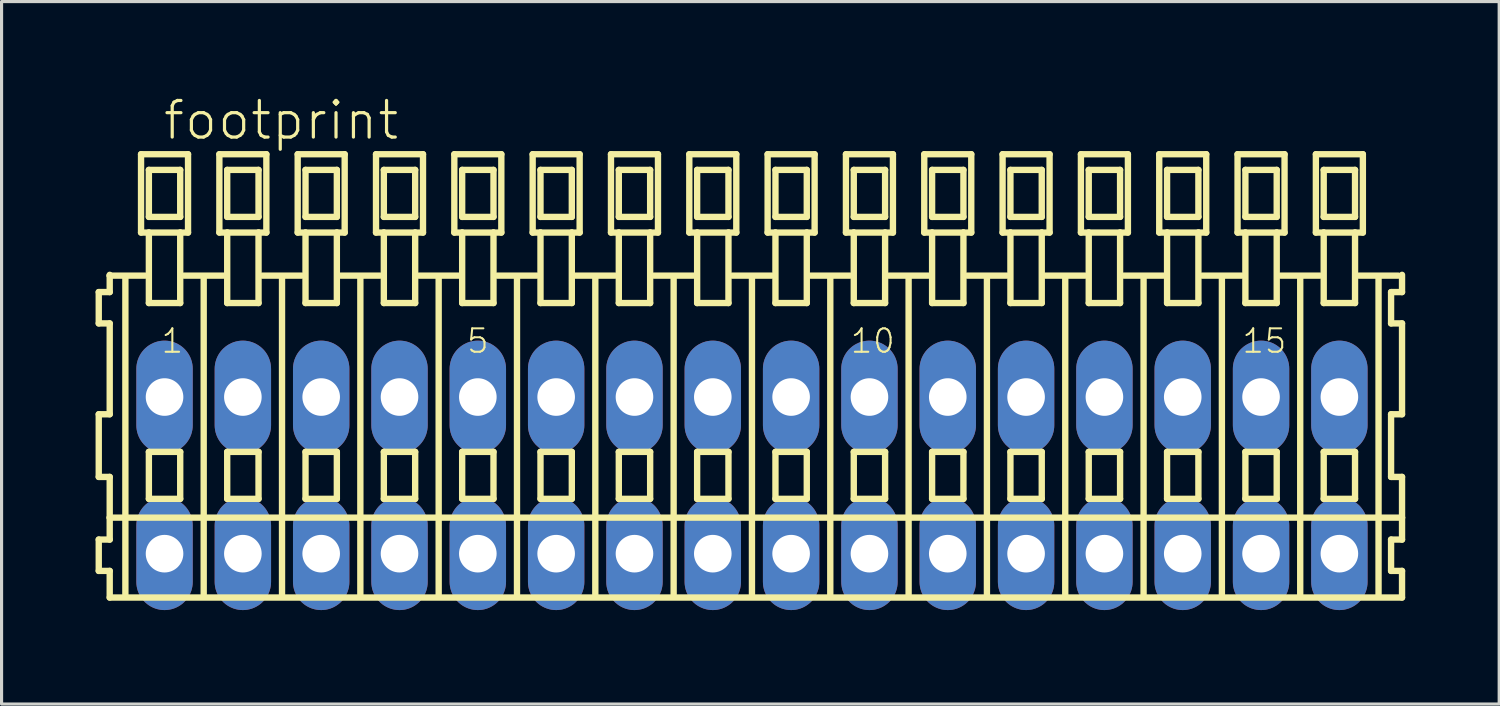
<source format=kicad_pcb>
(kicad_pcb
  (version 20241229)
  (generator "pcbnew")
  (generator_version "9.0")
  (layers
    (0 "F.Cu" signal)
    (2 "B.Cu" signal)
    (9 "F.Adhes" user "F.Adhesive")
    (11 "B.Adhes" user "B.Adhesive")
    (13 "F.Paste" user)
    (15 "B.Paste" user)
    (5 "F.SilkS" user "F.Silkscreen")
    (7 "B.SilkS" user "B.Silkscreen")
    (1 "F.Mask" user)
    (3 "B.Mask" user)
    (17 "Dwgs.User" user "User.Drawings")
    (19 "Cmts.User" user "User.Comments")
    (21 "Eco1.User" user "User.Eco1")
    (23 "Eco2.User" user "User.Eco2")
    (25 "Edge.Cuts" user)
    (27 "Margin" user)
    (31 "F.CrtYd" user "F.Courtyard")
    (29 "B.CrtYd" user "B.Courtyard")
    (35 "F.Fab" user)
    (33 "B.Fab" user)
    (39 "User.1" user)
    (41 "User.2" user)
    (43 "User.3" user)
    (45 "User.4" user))
  (footprint "footprint"
    (layer "F.Cu")
    (at 20.952 12.123)
    (property "Reference" "footprint" (at -18.85 -10.65 0) (layer "F.SilkS") (effects (font (size 1.168 1.168) (thickness 0.102)) (justify left bottom)))
    (fp_line (start -20.85 -5.85) (end -20.85 -4.85) (stroke (width 0.203) (type solid)) (layer "F.SilkS"))
    (fp_line (start -20.85 -4.85) (end -20.5 -4.85) (stroke (width 0.203) (type solid)) (layer "F.SilkS"))
    (fp_line (start -20.85 -1.95) (end -20.85 0.05) (stroke (width 0.203) (type solid)) (layer "F.SilkS"))
    (fp_line (start -20.85 0.05) (end -20.5 0.05) (stroke (width 0.203) (type solid)) (layer "F.SilkS"))
    (fp_line (start -20.85 2.05) (end -20.85 3.05) (stroke (width 0.203) (type solid)) (layer "F.SilkS"))
    (fp_line (start -20.85 3.05) (end -20.5 3.05) (stroke (width 0.203) (type solid)) (layer "F.SilkS"))
    (fp_line (start -20.5 -6.4) (end -20.5 -6.375) (stroke (width 0.203) (type solid)) (layer "F.SilkS"))
    (fp_line (start -20.5 -6.375) (end -20.5 -5.85) (stroke (width 0.203) (type solid)) (layer "F.SilkS"))
    (fp_line (start -20.5 -6.375) (end -19.375 -6.375) (stroke (width 0.203) (type solid)) (layer "F.SilkS"))
    (fp_line (start -20.5 -5.85) (end -20.85 -5.85) (stroke (width 0.203) (type solid)) (layer "F.SilkS"))
    (fp_line (start -20.5 -4.85) (end -20.5 -1.95) (stroke (width 0.203) (type solid)) (layer "F.SilkS"))
    (fp_line (start -20.5 -1.95) (end -20.85 -1.95) (stroke (width 0.203) (type solid)) (layer "F.SilkS"))
    (fp_line (start -20.5 0.05) (end -20.5 1.35) (stroke (width 0.203) (type solid)) (layer "F.SilkS"))
    (fp_line (start -20.5 1.35) (end -20.5 2.05) (stroke (width 0.203) (type solid)) (layer "F.SilkS"))
    (fp_line (start -20.5 1.35) (end 20.75 1.35) (stroke (width 0.203) (type solid)) (layer "F.SilkS"))
    (fp_line (start -20.5 2.05) (end -20.85 2.05) (stroke (width 0.203) (type solid)) (layer "F.SilkS"))
    (fp_line (start -20.5 3.05) (end -20.5 3.9) (stroke (width 0.203) (type solid)) (layer "F.SilkS"))
    (fp_line (start -20.5 3.9) (end 20.75 3.9) (stroke (width 0.203) (type solid)) (layer "F.SilkS"))
    (fp_line (start -20 -6.35) (end -20 3.8) (stroke (width 0.203) (type solid)) (layer "F.SilkS"))
    (fp_line (start -19.5 -10.25) (end -19.5 -7.75) (stroke (width 0.203) (type solid)) (layer "F.SilkS"))
    (fp_line (start -19.5 -7.75) (end -19.25 -7.75) (stroke (width 0.203) (type solid)) (layer "F.SilkS"))
    (fp_line (start -19.25 -9.75) (end -19.25 -8.25) (stroke (width 0.203) (type solid)) (layer "F.SilkS"))
    (fp_line (start -19.25 -8.25) (end -18.25 -8.25) (stroke (width 0.203) (type solid)) (layer "F.SilkS"))
    (fp_line (start -19.25 -7.75) (end -19.25 -5.5) (stroke (width 0.203) (type solid)) (layer "F.SilkS"))
    (fp_line (start -19.25 -7.75) (end -18.25 -7.75) (stroke (width 0.203) (type solid)) (layer "F.SilkS"))
    (fp_line (start -19.25 -5.5) (end -18.25 -5.5) (stroke (width 0.203) (type solid)) (layer "F.SilkS"))
    (fp_line (start -19.25 -0.75) (end -19.25 0.75) (stroke (width 0.203) (type solid)) (layer "F.SilkS"))
    (fp_line (start -19.25 0.75) (end -18.25 0.75) (stroke (width 0.203) (type solid)) (layer "F.SilkS"))
    (fp_line (start -18.25 -9.75) (end -19.25 -9.75) (stroke (width 0.203) (type solid)) (layer "F.SilkS"))
    (fp_line (start -18.25 -8.25) (end -18.25 -9.75) (stroke (width 0.203) (type solid)) (layer "F.SilkS"))
    (fp_line (start -18.25 -7.75) (end -18 -7.75) (stroke (width 0.203) (type solid)) (layer "F.SilkS"))
    (fp_line (start -18.25 -5.5) (end -18.25 -7.75) (stroke (width 0.203) (type solid)) (layer "F.SilkS"))
    (fp_line (start -18.25 -0.75) (end -19.25 -0.75) (stroke (width 0.203) (type solid)) (layer "F.SilkS"))
    (fp_line (start -18.25 0.75) (end -18.25 -0.75) (stroke (width 0.203) (type solid)) (layer "F.SilkS"))
    (fp_line (start -18.125 -6.375) (end -16.875 -6.375) (stroke (width 0.203) (type solid)) (layer "F.SilkS"))
    (fp_line (start -18 -10.25) (end -19.5 -10.25) (stroke (width 0.203) (type solid)) (layer "F.SilkS"))
    (fp_line (start -18 -7.75) (end -18 -10.25) (stroke (width 0.203) (type solid)) (layer "F.SilkS"))
    (fp_line (start -17.5 -6.35) (end -17.5 3.8) (stroke (width 0.203) (type solid)) (layer "F.SilkS"))
    (fp_line (start -17 -10.25) (end -17 -7.75) (stroke (width 0.203) (type solid)) (layer "F.SilkS"))
    (fp_line (start -17 -7.75) (end -16.75 -7.75) (stroke (width 0.203) (type solid)) (layer "F.SilkS"))
    (fp_line (start -16.75 -9.75) (end -16.75 -8.25) (stroke (width 0.203) (type solid)) (layer "F.SilkS"))
    (fp_line (start -16.75 -8.25) (end -15.75 -8.25) (stroke (width 0.203) (type solid)) (layer "F.SilkS"))
    (fp_line (start -16.75 -7.75) (end -16.75 -5.5) (stroke (width 0.203) (type solid)) (layer "F.SilkS"))
    (fp_line (start -16.75 -7.75) (end -15.75 -7.75) (stroke (width 0.203) (type solid)) (layer "F.SilkS"))
    (fp_line (start -16.75 -5.5) (end -15.75 -5.5) (stroke (width 0.203) (type solid)) (layer "F.SilkS"))
    (fp_line (start -16.75 -0.75) (end -16.75 0.75) (stroke (width 0.203) (type solid)) (layer "F.SilkS"))
    (fp_line (start -16.75 0.75) (end -15.75 0.75) (stroke (width 0.203) (type solid)) (layer "F.SilkS"))
    (fp_line (start -15.75 -9.75) (end -16.75 -9.75) (stroke (width 0.203) (type solid)) (layer "F.SilkS"))
    (fp_line (start -15.75 -8.25) (end -15.75 -9.75) (stroke (width 0.203) (type solid)) (layer "F.SilkS"))
    (fp_line (start -15.75 -7.75) (end -15.5 -7.75) (stroke (width 0.203) (type solid)) (layer "F.SilkS"))
    (fp_line (start -15.75 -5.5) (end -15.75 -7.75) (stroke (width 0.203) (type solid)) (layer "F.SilkS"))
    (fp_line (start -15.75 -0.75) (end -16.75 -0.75) (stroke (width 0.203) (type solid)) (layer "F.SilkS"))
    (fp_line (start -15.75 0.75) (end -15.75 -0.75) (stroke (width 0.203) (type solid)) (layer "F.SilkS"))
    (fp_line (start -15.625 -6.375) (end -14.375 -6.375) (stroke (width 0.203) (type solid)) (layer "F.SilkS"))
    (fp_line (start -15.5 -10.25) (end -17 -10.25) (stroke (width 0.203) (type solid)) (layer "F.SilkS"))
    (fp_line (start -15.5 -7.75) (end -15.5 -10.25) (stroke (width 0.203) (type solid)) (layer "F.SilkS"))
    (fp_line (start -15 -6.35) (end -15 3.8) (stroke (width 0.203) (type solid)) (layer "F.SilkS"))
    (fp_line (start -14.5 -10.25) (end -14.5 -7.75) (stroke (width 0.203) (type solid)) (layer "F.SilkS"))
    (fp_line (start -14.5 -7.75) (end -14.25 -7.75) (stroke (width 0.203) (type solid)) (layer "F.SilkS"))
    (fp_line (start -14.25 -9.75) (end -14.25 -8.25) (stroke (width 0.203) (type solid)) (layer "F.SilkS"))
    (fp_line (start -14.25 -8.25) (end -13.25 -8.25) (stroke (width 0.203) (type solid)) (layer "F.SilkS"))
    (fp_line (start -14.25 -7.75) (end -14.25 -5.5) (stroke (width 0.203) (type solid)) (layer "F.SilkS"))
    (fp_line (start -14.25 -7.75) (end -13.25 -7.75) (stroke (width 0.203) (type solid)) (layer "F.SilkS"))
    (fp_line (start -14.25 -5.5) (end -13.25 -5.5) (stroke (width 0.203) (type solid)) (layer "F.SilkS"))
    (fp_line (start -14.25 -0.75) (end -14.25 0.75) (stroke (width 0.203) (type solid)) (layer "F.SilkS"))
    (fp_line (start -14.25 0.75) (end -13.25 0.75) (stroke (width 0.203) (type solid)) (layer "F.SilkS"))
    (fp_line (start -13.25 -9.75) (end -14.25 -9.75) (stroke (width 0.203) (type solid)) (layer "F.SilkS"))
    (fp_line (start -13.25 -8.25) (end -13.25 -9.75) (stroke (width 0.203) (type solid)) (layer "F.SilkS"))
    (fp_line (start -13.25 -7.75) (end -13 -7.75) (stroke (width 0.203) (type solid)) (layer "F.SilkS"))
    (fp_line (start -13.25 -5.5) (end -13.25 -7.75) (stroke (width 0.203) (type solid)) (layer "F.SilkS"))
    (fp_line (start -13.25 -0.75) (end -14.25 -0.75) (stroke (width 0.203) (type solid)) (layer "F.SilkS"))
    (fp_line (start -13.25 0.75) (end -13.25 -0.75) (stroke (width 0.203) (type solid)) (layer "F.SilkS"))
    (fp_line (start -13.125 -6.375) (end -11.875 -6.375) (stroke (width 0.203) (type solid)) (layer "F.SilkS"))
    (fp_line (start -13 -10.25) (end -14.5 -10.25) (stroke (width 0.203) (type solid)) (layer "F.SilkS"))
    (fp_line (start -13 -7.75) (end -13 -10.25) (stroke (width 0.203) (type solid)) (layer "F.SilkS"))
    (fp_line (start -12.5 -6.35) (end -12.5 3.8) (stroke (width 0.203) (type solid)) (layer "F.SilkS"))
    (fp_line (start -12 -10.25) (end -12 -7.75) (stroke (width 0.203) (type solid)) (layer "F.SilkS"))
    (fp_line (start -12 -7.75) (end -11.75 -7.75) (stroke (width 0.203) (type solid)) (layer "F.SilkS"))
    (fp_line (start -11.75 -9.75) (end -11.75 -8.25) (stroke (width 0.203) (type solid)) (layer "F.SilkS"))
    (fp_line (start -11.75 -8.25) (end -10.75 -8.25) (stroke (width 0.203) (type solid)) (layer "F.SilkS"))
    (fp_line (start -11.75 -7.75) (end -11.75 -5.5) (stroke (width 0.203) (type solid)) (layer "F.SilkS"))
    (fp_line (start -11.75 -7.75) (end -10.75 -7.75) (stroke (width 0.203) (type solid)) (layer "F.SilkS"))
    (fp_line (start -11.75 -5.5) (end -10.75 -5.5) (stroke (width 0.203) (type solid)) (layer "F.SilkS"))
    (fp_line (start -11.75 -0.75) (end -11.75 0.75) (stroke (width 0.203) (type solid)) (layer "F.SilkS"))
    (fp_line (start -11.75 0.75) (end -10.75 0.75) (stroke (width 0.203) (type solid)) (layer "F.SilkS"))
    (fp_line (start -10.75 -9.75) (end -11.75 -9.75) (stroke (width 0.203) (type solid)) (layer "F.SilkS"))
    (fp_line (start -10.75 -8.25) (end -10.75 -9.75) (stroke (width 0.203) (type solid)) (layer "F.SilkS"))
    (fp_line (start -10.75 -7.75) (end -10.5 -7.75) (stroke (width 0.203) (type solid)) (layer "F.SilkS"))
    (fp_line (start -10.75 -5.5) (end -10.75 -7.75) (stroke (width 0.203) (type solid)) (layer "F.SilkS"))
    (fp_line (start -10.75 -0.75) (end -11.75 -0.75) (stroke (width 0.203) (type solid)) (layer "F.SilkS"))
    (fp_line (start -10.75 0.75) (end -10.75 -0.75) (stroke (width 0.203) (type solid)) (layer "F.SilkS"))
    (fp_line (start -10.625 -6.375) (end -9.375 -6.375) (stroke (width 0.203) (type solid)) (layer "F.SilkS"))
    (fp_line (start -10.5 -10.25) (end -12 -10.25) (stroke (width 0.203) (type solid)) (layer "F.SilkS"))
    (fp_line (start -10.5 -7.75) (end -10.5 -10.25) (stroke (width 0.203) (type solid)) (layer "F.SilkS"))
    (fp_line (start -10 -6.35) (end -10 3.8) (stroke (width 0.203) (type solid)) (layer "F.SilkS"))
    (fp_line (start -9.5 -10.25) (end -9.5 -7.75) (stroke (width 0.203) (type solid)) (layer "F.SilkS"))
    (fp_line (start -9.5 -7.75) (end -9.25 -7.75) (stroke (width 0.203) (type solid)) (layer "F.SilkS"))
    (fp_line (start -9.25 -9.75) (end -9.25 -8.25) (stroke (width 0.203) (type solid)) (layer "F.SilkS"))
    (fp_line (start -9.25 -8.25) (end -8.25 -8.25) (stroke (width 0.203) (type solid)) (layer "F.SilkS"))
    (fp_line (start -9.25 -7.75) (end -9.25 -5.5) (stroke (width 0.203) (type solid)) (layer "F.SilkS"))
    (fp_line (start -9.25 -7.75) (end -8.25 -7.75) (stroke (width 0.203) (type solid)) (layer "F.SilkS"))
    (fp_line (start -9.25 -5.5) (end -8.25 -5.5) (stroke (width 0.203) (type solid)) (layer "F.SilkS"))
    (fp_line (start -9.25 -0.75) (end -9.25 0.75) (stroke (width 0.203) (type solid)) (layer "F.SilkS"))
    (fp_line (start -9.25 0.75) (end -8.25 0.75) (stroke (width 0.203) (type solid)) (layer "F.SilkS"))
    (fp_line (start -8.25 -9.75) (end -9.25 -9.75) (stroke (width 0.203) (type solid)) (layer "F.SilkS"))
    (fp_line (start -8.25 -8.25) (end -8.25 -9.75) (stroke (width 0.203) (type solid)) (layer "F.SilkS"))
    (fp_line (start -8.25 -7.75) (end -8 -7.75) (stroke (width 0.203) (type solid)) (layer "F.SilkS"))
    (fp_line (start -8.25 -5.5) (end -8.25 -7.75) (stroke (width 0.203) (type solid)) (layer "F.SilkS"))
    (fp_line (start -8.25 -0.75) (end -9.25 -0.75) (stroke (width 0.203) (type solid)) (layer "F.SilkS"))
    (fp_line (start -8.25 0.75) (end -8.25 -0.75) (stroke (width 0.203) (type solid)) (layer "F.SilkS"))
    (fp_line (start -8.125 -6.375) (end -6.875 -6.375) (stroke (width 0.203) (type solid)) (layer "F.SilkS"))
    (fp_line (start -8 -10.25) (end -9.5 -10.25) (stroke (width 0.203) (type solid)) (layer "F.SilkS"))
    (fp_line (start -8 -7.75) (end -8 -10.25) (stroke (width 0.203) (type solid)) (layer "F.SilkS"))
    (fp_line (start -7.5 -6.35) (end -7.5 3.8) (stroke (width 0.203) (type solid)) (layer "F.SilkS"))
    (fp_line (start -7 -10.25) (end -7 -7.75) (stroke (width 0.203) (type solid)) (layer "F.SilkS"))
    (fp_line (start -7 -7.75) (end -6.75 -7.75) (stroke (width 0.203) (type solid)) (layer "F.SilkS"))
    (fp_line (start -6.75 -9.75) (end -6.75 -8.25) (stroke (width 0.203) (type solid)) (layer "F.SilkS"))
    (fp_line (start -6.75 -8.25) (end -5.75 -8.25) (stroke (width 0.203) (type solid)) (layer "F.SilkS"))
    (fp_line (start -6.75 -7.75) (end -6.75 -5.5) (stroke (width 0.203) (type solid)) (layer "F.SilkS"))
    (fp_line (start -6.75 -7.75) (end -5.75 -7.75) (stroke (width 0.203) (type solid)) (layer "F.SilkS"))
    (fp_line (start -6.75 -5.5) (end -5.75 -5.5) (stroke (width 0.203) (type solid)) (layer "F.SilkS"))
    (fp_line (start -6.75 -0.75) (end -6.75 0.75) (stroke (width 0.203) (type solid)) (layer "F.SilkS"))
    (fp_line (start -6.75 0.75) (end -5.75 0.75) (stroke (width 0.203) (type solid)) (layer "F.SilkS"))
    (fp_line (start -5.75 -9.75) (end -6.75 -9.75) (stroke (width 0.203) (type solid)) (layer "F.SilkS"))
    (fp_line (start -5.75 -8.25) (end -5.75 -9.75) (stroke (width 0.203) (type solid)) (layer "F.SilkS"))
    (fp_line (start -5.75 -7.75) (end -5.5 -7.75) (stroke (width 0.203) (type solid)) (layer "F.SilkS"))
    (fp_line (start -5.75 -5.5) (end -5.75 -7.75) (stroke (width 0.203) (type solid)) (layer "F.SilkS"))
    (fp_line (start -5.75 -0.75) (end -6.75 -0.75) (stroke (width 0.203) (type solid)) (layer "F.SilkS"))
    (fp_line (start -5.75 0.75) (end -5.75 -0.75) (stroke (width 0.203) (type solid)) (layer "F.SilkS"))
    (fp_line (start -5.625 -6.375) (end -4.375 -6.375) (stroke (width 0.203) (type solid)) (layer "F.SilkS"))
    (fp_line (start -5.5 -10.25) (end -7 -10.25) (stroke (width 0.203) (type solid)) (layer "F.SilkS"))
    (fp_line (start -5.5 -7.75) (end -5.5 -10.25) (stroke (width 0.203) (type solid)) (layer "F.SilkS"))
    (fp_line (start -5 -6.35) (end -5 3.8) (stroke (width 0.203) (type solid)) (layer "F.SilkS"))
    (fp_line (start -4.5 -10.25) (end -4.5 -7.75) (stroke (width 0.203) (type solid)) (layer "F.SilkS"))
    (fp_line (start -4.5 -7.75) (end -4.25 -7.75) (stroke (width 0.203) (type solid)) (layer "F.SilkS"))
    (fp_line (start -4.25 -9.75) (end -4.25 -8.25) (stroke (width 0.203) (type solid)) (layer "F.SilkS"))
    (fp_line (start -4.25 -8.25) (end -3.25 -8.25) (stroke (width 0.203) (type solid)) (layer "F.SilkS"))
    (fp_line (start -4.25 -7.75) (end -4.25 -5.5) (stroke (width 0.203) (type solid)) (layer "F.SilkS"))
    (fp_line (start -4.25 -7.75) (end -3.25 -7.75) (stroke (width 0.203) (type solid)) (layer "F.SilkS"))
    (fp_line (start -4.25 -5.5) (end -3.25 -5.5) (stroke (width 0.203) (type solid)) (layer "F.SilkS"))
    (fp_line (start -4.25 -0.75) (end -4.25 0.75) (stroke (width 0.203) (type solid)) (layer "F.SilkS"))
    (fp_line (start -4.25 0.75) (end -3.25 0.75) (stroke (width 0.203) (type solid)) (layer "F.SilkS"))
    (fp_line (start -3.25 -9.75) (end -4.25 -9.75) (stroke (width 0.203) (type solid)) (layer "F.SilkS"))
    (fp_line (start -3.25 -8.25) (end -3.25 -9.75) (stroke (width 0.203) (type solid)) (layer "F.SilkS"))
    (fp_line (start -3.25 -7.75) (end -3 -7.75) (stroke (width 0.203) (type solid)) (layer "F.SilkS"))
    (fp_line (start -3.25 -5.5) (end -3.25 -7.75) (stroke (width 0.203) (type solid)) (layer "F.SilkS"))
    (fp_line (start -3.25 -0.75) (end -4.25 -0.75) (stroke (width 0.203) (type solid)) (layer "F.SilkS"))
    (fp_line (start -3.25 0.75) (end -3.25 -0.75) (stroke (width 0.203) (type solid)) (layer "F.SilkS"))
    (fp_line (start -3.125 -6.375) (end -1.875 -6.375) (stroke (width 0.203) (type solid)) (layer "F.SilkS"))
    (fp_line (start -3 -10.25) (end -4.5 -10.25) (stroke (width 0.203) (type solid)) (layer "F.SilkS"))
    (fp_line (start -3 -7.75) (end -3 -10.25) (stroke (width 0.203) (type solid)) (layer "F.SilkS"))
    (fp_line (start -2.5 -6.35) (end -2.5 3.8) (stroke (width 0.203) (type solid)) (layer "F.SilkS"))
    (fp_line (start -2 -10.25) (end -2 -7.75) (stroke (width 0.203) (type solid)) (layer "F.SilkS"))
    (fp_line (start -2 -7.75) (end -1.75 -7.75) (stroke (width 0.203) (type solid)) (layer "F.SilkS"))
    (fp_line (start -1.75 -9.75) (end -1.75 -8.25) (stroke (width 0.203) (type solid)) (layer "F.SilkS"))
    (fp_line (start -1.75 -8.25) (end -0.75 -8.25) (stroke (width 0.203) (type solid)) (layer "F.SilkS"))
    (fp_line (start -1.75 -7.75) (end -1.75 -5.5) (stroke (width 0.203) (type solid)) (layer "F.SilkS"))
    (fp_line (start -1.75 -7.75) (end -0.75 -7.75) (stroke (width 0.203) (type solid)) (layer "F.SilkS"))
    (fp_line (start -1.75 -5.5) (end -0.75 -5.5) (stroke (width 0.203) (type solid)) (layer "F.SilkS"))
    (fp_line (start -1.75 -0.75) (end -1.75 0.75) (stroke (width 0.203) (type solid)) (layer "F.SilkS"))
    (fp_line (start -1.75 0.75) (end -0.75 0.75) (stroke (width 0.203) (type solid)) (layer "F.SilkS"))
    (fp_line (start -0.75 -9.75) (end -1.75 -9.75) (stroke (width 0.203) (type solid)) (layer "F.SilkS"))
    (fp_line (start -0.75 -8.25) (end -0.75 -9.75) (stroke (width 0.203) (type solid)) (layer "F.SilkS"))
    (fp_line (start -0.75 -7.75) (end -0.5 -7.75) (stroke (width 0.203) (type solid)) (layer "F.SilkS"))
    (fp_line (start -0.75 -5.5) (end -0.75 -7.75) (stroke (width 0.203) (type solid)) (layer "F.SilkS"))
    (fp_line (start -0.75 -0.75) (end -1.75 -0.75) (stroke (width 0.203) (type solid)) (layer "F.SilkS"))
    (fp_line (start -0.75 0.75) (end -0.75 -0.75) (stroke (width 0.203) (type solid)) (layer "F.SilkS"))
    (fp_line (start -0.625 -6.375) (end 0.625 -6.375) (stroke (width 0.203) (type solid)) (layer "F.SilkS"))
    (fp_line (start -0.5 -10.25) (end -2 -10.25) (stroke (width 0.203) (type solid)) (layer "F.SilkS"))
    (fp_line (start -0.5 -7.75) (end -0.5 -10.25) (stroke (width 0.203) (type solid)) (layer "F.SilkS"))
    (fp_line (start 0 -6.35) (end 0 3.8) (stroke (width 0.203) (type solid)) (layer "F.SilkS"))
    (fp_line (start 0.5 -10.25) (end 0.5 -7.75) (stroke (width 0.203) (type solid)) (layer "F.SilkS"))
    (fp_line (start 0.5 -7.75) (end 0.75 -7.75) (stroke (width 0.203) (type solid)) (layer "F.SilkS"))
    (fp_line (start 0.75 -9.75) (end 0.75 -8.25) (stroke (width 0.203) (type solid)) (layer "F.SilkS"))
    (fp_line (start 0.75 -8.25) (end 1.75 -8.25) (stroke (width 0.203) (type solid)) (layer "F.SilkS"))
    (fp_line (start 0.75 -7.75) (end 0.75 -5.5) (stroke (width 0.203) (type solid)) (layer "F.SilkS"))
    (fp_line (start 0.75 -7.75) (end 1.75 -7.75) (stroke (width 0.203) (type solid)) (layer "F.SilkS"))
    (fp_line (start 0.75 -5.5) (end 1.75 -5.5) (stroke (width 0.203) (type solid)) (layer "F.SilkS"))
    (fp_line (start 0.75 -0.75) (end 0.75 0.75) (stroke (width 0.203) (type solid)) (layer "F.SilkS"))
    (fp_line (start 0.75 0.75) (end 1.75 0.75) (stroke (width 0.203) (type solid)) (layer "F.SilkS"))
    (fp_line (start 1.75 -9.75) (end 0.75 -9.75) (stroke (width 0.203) (type solid)) (layer "F.SilkS"))
    (fp_line (start 1.75 -8.25) (end 1.75 -9.75) (stroke (width 0.203) (type solid)) (layer "F.SilkS"))
    (fp_line (start 1.75 -7.75) (end 2 -7.75) (stroke (width 0.203) (type solid)) (layer "F.SilkS"))
    (fp_line (start 1.75 -5.5) (end 1.75 -7.75) (stroke (width 0.203) (type solid)) (layer "F.SilkS"))
    (fp_line (start 1.75 -0.75) (end 0.75 -0.75) (stroke (width 0.203) (type solid)) (layer "F.SilkS"))
    (fp_line (start 1.75 0.75) (end 1.75 -0.75) (stroke (width 0.203) (type solid)) (layer "F.SilkS"))
    (fp_line (start 1.875 -6.375) (end 3.125 -6.375) (stroke (width 0.203) (type solid)) (layer "F.SilkS"))
    (fp_line (start 2 -10.25) (end 0.5 -10.25) (stroke (width 0.203) (type solid)) (layer "F.SilkS"))
    (fp_line (start 2 -7.75) (end 2 -10.25) (stroke (width 0.203) (type solid)) (layer "F.SilkS"))
    (fp_line (start 2.5 -6.35) (end 2.5 3.8) (stroke (width 0.203) (type solid)) (layer "F.SilkS"))
    (fp_line (start 3 -10.25) (end 3 -7.75) (stroke (width 0.203) (type solid)) (layer "F.SilkS"))
    (fp_line (start 3 -7.75) (end 3.25 -7.75) (stroke (width 0.203) (type solid)) (layer "F.SilkS"))
    (fp_line (start 3.25 -9.75) (end 3.25 -8.25) (stroke (width 0.203) (type solid)) (layer "F.SilkS"))
    (fp_line (start 3.25 -8.25) (end 4.25 -8.25) (stroke (width 0.203) (type solid)) (layer "F.SilkS"))
    (fp_line (start 3.25 -7.75) (end 3.25 -5.5) (stroke (width 0.203) (type solid)) (layer "F.SilkS"))
    (fp_line (start 3.25 -7.75) (end 4.25 -7.75) (stroke (width 0.203) (type solid)) (layer "F.SilkS"))
    (fp_line (start 3.25 -5.5) (end 4.25 -5.5) (stroke (width 0.203) (type solid)) (layer "F.SilkS"))
    (fp_line (start 3.25 -0.75) (end 3.25 0.75) (stroke (width 0.203) (type solid)) (layer "F.SilkS"))
    (fp_line (start 3.25 0.75) (end 4.25 0.75) (stroke (width 0.203) (type solid)) (layer "F.SilkS"))
    (fp_line (start 4.25 -9.75) (end 3.25 -9.75) (stroke (width 0.203) (type solid)) (layer "F.SilkS"))
    (fp_line (start 4.25 -8.25) (end 4.25 -9.75) (stroke (width 0.203) (type solid)) (layer "F.SilkS"))
    (fp_line (start 4.25 -7.75) (end 4.5 -7.75) (stroke (width 0.203) (type solid)) (layer "F.SilkS"))
    (fp_line (start 4.25 -5.5) (end 4.25 -7.75) (stroke (width 0.203) (type solid)) (layer "F.SilkS"))
    (fp_line (start 4.25 -0.75) (end 3.25 -0.75) (stroke (width 0.203) (type solid)) (layer "F.SilkS"))
    (fp_line (start 4.25 0.75) (end 4.25 -0.75) (stroke (width 0.203) (type solid)) (layer "F.SilkS"))
    (fp_line (start 4.375 -6.375) (end 5.625 -6.375) (stroke (width 0.203) (type solid)) (layer "F.SilkS"))
    (fp_line (start 4.5 -10.25) (end 3 -10.25) (stroke (width 0.203) (type solid)) (layer "F.SilkS"))
    (fp_line (start 4.5 -7.75) (end 4.5 -10.25) (stroke (width 0.203) (type solid)) (layer "F.SilkS"))
    (fp_line (start 5 -6.35) (end 5 3.8) (stroke (width 0.203) (type solid)) (layer "F.SilkS"))
    (fp_line (start 5.5 -10.25) (end 5.5 -7.75) (stroke (width 0.203) (type solid)) (layer "F.SilkS"))
    (fp_line (start 5.5 -7.75) (end 5.75 -7.75) (stroke (width 0.203) (type solid)) (layer "F.SilkS"))
    (fp_line (start 5.75 -9.75) (end 5.75 -8.25) (stroke (width 0.203) (type solid)) (layer "F.SilkS"))
    (fp_line (start 5.75 -8.25) (end 6.75 -8.25) (stroke (width 0.203) (type solid)) (layer "F.SilkS"))
    (fp_line (start 5.75 -7.75) (end 5.75 -5.5) (stroke (width 0.203) (type solid)) (layer "F.SilkS"))
    (fp_line (start 5.75 -7.75) (end 6.75 -7.75) (stroke (width 0.203) (type solid)) (layer "F.SilkS"))
    (fp_line (start 5.75 -5.5) (end 6.75 -5.5) (stroke (width 0.203) (type solid)) (layer "F.SilkS"))
    (fp_line (start 5.75 -0.75) (end 5.75 0.75) (stroke (width 0.203) (type solid)) (layer "F.SilkS"))
    (fp_line (start 5.75 0.75) (end 6.75 0.75) (stroke (width 0.203) (type solid)) (layer "F.SilkS"))
    (fp_line (start 6.75 -9.75) (end 5.75 -9.75) (stroke (width 0.203) (type solid)) (layer "F.SilkS"))
    (fp_line (start 6.75 -8.25) (end 6.75 -9.75) (stroke (width 0.203) (type solid)) (layer "F.SilkS"))
    (fp_line (start 6.75 -7.75) (end 7 -7.75) (stroke (width 0.203) (type solid)) (layer "F.SilkS"))
    (fp_line (start 6.75 -5.5) (end 6.75 -7.75) (stroke (width 0.203) (type solid)) (layer "F.SilkS"))
    (fp_line (start 6.75 -0.75) (end 5.75 -0.75) (stroke (width 0.203) (type solid)) (layer "F.SilkS"))
    (fp_line (start 6.75 0.75) (end 6.75 -0.75) (stroke (width 0.203) (type solid)) (layer "F.SilkS"))
    (fp_line (start 6.875 -6.375) (end 8.125 -6.375) (stroke (width 0.203) (type solid)) (layer "F.SilkS"))
    (fp_line (start 7 -10.25) (end 5.5 -10.25) (stroke (width 0.203) (type solid)) (layer "F.SilkS"))
    (fp_line (start 7 -7.75) (end 7 -10.25) (stroke (width 0.203) (type solid)) (layer "F.SilkS"))
    (fp_line (start 7.5 -6.35) (end 7.5 3.8) (stroke (width 0.203) (type solid)) (layer "F.SilkS"))
    (fp_line (start 8 -10.25) (end 8 -7.75) (stroke (width 0.203) (type solid)) (layer "F.SilkS"))
    (fp_line (start 8 -7.75) (end 8.25 -7.75) (stroke (width 0.203) (type solid)) (layer "F.SilkS"))
    (fp_line (start 8.25 -9.75) (end 8.25 -8.25) (stroke (width 0.203) (type solid)) (layer "F.SilkS"))
    (fp_line (start 8.25 -8.25) (end 9.25 -8.25) (stroke (width 0.203) (type solid)) (layer "F.SilkS"))
    (fp_line (start 8.25 -7.75) (end 8.25 -5.5) (stroke (width 0.203) (type solid)) (layer "F.SilkS"))
    (fp_line (start 8.25 -7.75) (end 9.25 -7.75) (stroke (width 0.203) (type solid)) (layer "F.SilkS"))
    (fp_line (start 8.25 -5.5) (end 9.25 -5.5) (stroke (width 0.203) (type solid)) (layer "F.SilkS"))
    (fp_line (start 8.25 -0.75) (end 8.25 0.75) (stroke (width 0.203) (type solid)) (layer "F.SilkS"))
    (fp_line (start 8.25 0.75) (end 9.25 0.75) (stroke (width 0.203) (type solid)) (layer "F.SilkS"))
    (fp_line (start 9.25 -9.75) (end 8.25 -9.75) (stroke (width 0.203) (type solid)) (layer "F.SilkS"))
    (fp_line (start 9.25 -8.25) (end 9.25 -9.75) (stroke (width 0.203) (type solid)) (layer "F.SilkS"))
    (fp_line (start 9.25 -7.75) (end 9.5 -7.75) (stroke (width 0.203) (type solid)) (layer "F.SilkS"))
    (fp_line (start 9.25 -5.5) (end 9.25 -7.75) (stroke (width 0.203) (type solid)) (layer "F.SilkS"))
    (fp_line (start 9.25 -0.75) (end 8.25 -0.75) (stroke (width 0.203) (type solid)) (layer "F.SilkS"))
    (fp_line (start 9.25 0.75) (end 9.25 -0.75) (stroke (width 0.203) (type solid)) (layer "F.SilkS"))
    (fp_line (start 9.375 -6.375) (end 10.625 -6.375) (stroke (width 0.203) (type solid)) (layer "F.SilkS"))
    (fp_line (start 9.5 -10.25) (end 8 -10.25) (stroke (width 0.203) (type solid)) (layer "F.SilkS"))
    (fp_line (start 9.5 -7.75) (end 9.5 -10.25) (stroke (width 0.203) (type solid)) (layer "F.SilkS"))
    (fp_line (start 10 -6.35) (end 10 3.8) (stroke (width 0.203) (type solid)) (layer "F.SilkS"))
    (fp_line (start 10.5 -10.25) (end 10.5 -7.75) (stroke (width 0.203) (type solid)) (layer "F.SilkS"))
    (fp_line (start 10.5 -7.75) (end 10.75 -7.75) (stroke (width 0.203) (type solid)) (layer "F.SilkS"))
    (fp_line (start 10.75 -9.75) (end 10.75 -8.25) (stroke (width 0.203) (type solid)) (layer "F.SilkS"))
    (fp_line (start 10.75 -8.25) (end 11.75 -8.25) (stroke (width 0.203) (type solid)) (layer "F.SilkS"))
    (fp_line (start 10.75 -7.75) (end 10.75 -5.5) (stroke (width 0.203) (type solid)) (layer "F.SilkS"))
    (fp_line (start 10.75 -7.75) (end 11.75 -7.75) (stroke (width 0.203) (type solid)) (layer "F.SilkS"))
    (fp_line (start 10.75 -5.5) (end 11.75 -5.5) (stroke (width 0.203) (type solid)) (layer "F.SilkS"))
    (fp_line (start 10.75 -0.75) (end 10.75 0.75) (stroke (width 0.203) (type solid)) (layer "F.SilkS"))
    (fp_line (start 10.75 0.75) (end 11.75 0.75) (stroke (width 0.203) (type solid)) (layer "F.SilkS"))
    (fp_line (start 11.75 -9.75) (end 10.75 -9.75) (stroke (width 0.203) (type solid)) (layer "F.SilkS"))
    (fp_line (start 11.75 -8.25) (end 11.75 -9.75) (stroke (width 0.203) (type solid)) (layer "F.SilkS"))
    (fp_line (start 11.75 -7.75) (end 12 -7.75) (stroke (width 0.203) (type solid)) (layer "F.SilkS"))
    (fp_line (start 11.75 -5.5) (end 11.75 -7.75) (stroke (width 0.203) (type solid)) (layer "F.SilkS"))
    (fp_line (start 11.75 -0.75) (end 10.75 -0.75) (stroke (width 0.203) (type solid)) (layer "F.SilkS"))
    (fp_line (start 11.75 0.75) (end 11.75 -0.75) (stroke (width 0.203) (type solid)) (layer "F.SilkS"))
    (fp_line (start 11.875 -6.375) (end 13.125 -6.375) (stroke (width 0.203) (type solid)) (layer "F.SilkS"))
    (fp_line (start 12 -10.25) (end 10.5 -10.25) (stroke (width 0.203) (type solid)) (layer "F.SilkS"))
    (fp_line (start 12 -7.75) (end 12 -10.25) (stroke (width 0.203) (type solid)) (layer "F.SilkS"))
    (fp_line (start 12.5 -6.35) (end 12.5 3.8) (stroke (width 0.203) (type solid)) (layer "F.SilkS"))
    (fp_line (start 13 -10.25) (end 13 -7.75) (stroke (width 0.203) (type solid)) (layer "F.SilkS"))
    (fp_line (start 13 -7.75) (end 13.25 -7.75) (stroke (width 0.203) (type solid)) (layer "F.SilkS"))
    (fp_line (start 13.25 -9.75) (end 13.25 -8.25) (stroke (width 0.203) (type solid)) (layer "F.SilkS"))
    (fp_line (start 13.25 -8.25) (end 14.25 -8.25) (stroke (width 0.203) (type solid)) (layer "F.SilkS"))
    (fp_line (start 13.25 -7.75) (end 13.25 -5.5) (stroke (width 0.203) (type solid)) (layer "F.SilkS"))
    (fp_line (start 13.25 -7.75) (end 14.25 -7.75) (stroke (width 0.203) (type solid)) (layer "F.SilkS"))
    (fp_line (start 13.25 -5.5) (end 14.25 -5.5) (stroke (width 0.203) (type solid)) (layer "F.SilkS"))
    (fp_line (start 13.25 -0.75) (end 13.25 0.75) (stroke (width 0.203) (type solid)) (layer "F.SilkS"))
    (fp_line (start 13.25 0.75) (end 14.25 0.75) (stroke (width 0.203) (type solid)) (layer "F.SilkS"))
    (fp_line (start 14.25 -9.75) (end 13.25 -9.75) (stroke (width 0.203) (type solid)) (layer "F.SilkS"))
    (fp_line (start 14.25 -8.25) (end 14.25 -9.75) (stroke (width 0.203) (type solid)) (layer "F.SilkS"))
    (fp_line (start 14.25 -7.75) (end 14.5 -7.75) (stroke (width 0.203) (type solid)) (layer "F.SilkS"))
    (fp_line (start 14.25 -5.5) (end 14.25 -7.75) (stroke (width 0.203) (type solid)) (layer "F.SilkS"))
    (fp_line (start 14.25 -0.75) (end 13.25 -0.75) (stroke (width 0.203) (type solid)) (layer "F.SilkS"))
    (fp_line (start 14.25 0.75) (end 14.25 -0.75) (stroke (width 0.203) (type solid)) (layer "F.SilkS"))
    (fp_line (start 14.375 -6.375) (end 15.625 -6.375) (stroke (width 0.203) (type solid)) (layer "F.SilkS"))
    (fp_line (start 14.5 -10.25) (end 13 -10.25) (stroke (width 0.203) (type solid)) (layer "F.SilkS"))
    (fp_line (start 14.5 -7.75) (end 14.5 -10.25) (stroke (width 0.203) (type solid)) (layer "F.SilkS"))
    (fp_line (start 15 -6.35) (end 15 3.8) (stroke (width 0.203) (type solid)) (layer "F.SilkS"))
    (fp_line (start 15.5 -10.25) (end 15.5 -7.75) (stroke (width 0.203) (type solid)) (layer "F.SilkS"))
    (fp_line (start 15.5 -7.75) (end 15.75 -7.75) (stroke (width 0.203) (type solid)) (layer "F.SilkS"))
    (fp_line (start 15.75 -9.75) (end 15.75 -8.25) (stroke (width 0.203) (type solid)) (layer "F.SilkS"))
    (fp_line (start 15.75 -8.25) (end 16.75 -8.25) (stroke (width 0.203) (type solid)) (layer "F.SilkS"))
    (fp_line (start 15.75 -7.75) (end 15.75 -5.5) (stroke (width 0.203) (type solid)) (layer "F.SilkS"))
    (fp_line (start 15.75 -7.75) (end 16.75 -7.75) (stroke (width 0.203) (type solid)) (layer "F.SilkS"))
    (fp_line (start 15.75 -5.5) (end 16.75 -5.5) (stroke (width 0.203) (type solid)) (layer "F.SilkS"))
    (fp_line (start 15.75 -0.75) (end 15.75 0.75) (stroke (width 0.203) (type solid)) (layer "F.SilkS"))
    (fp_line (start 15.75 0.75) (end 16.75 0.75) (stroke (width 0.203) (type solid)) (layer "F.SilkS"))
    (fp_line (start 16.75 -9.75) (end 15.75 -9.75) (stroke (width 0.203) (type solid)) (layer "F.SilkS"))
    (fp_line (start 16.75 -8.25) (end 16.75 -9.75) (stroke (width 0.203) (type solid)) (layer "F.SilkS"))
    (fp_line (start 16.75 -7.75) (end 17 -7.75) (stroke (width 0.203) (type solid)) (layer "F.SilkS"))
    (fp_line (start 16.75 -5.5) (end 16.75 -7.75) (stroke (width 0.203) (type solid)) (layer "F.SilkS"))
    (fp_line (start 16.75 -0.75) (end 15.75 -0.75) (stroke (width 0.203) (type solid)) (layer "F.SilkS"))
    (fp_line (start 16.75 0.75) (end 16.75 -0.75) (stroke (width 0.203) (type solid)) (layer "F.SilkS"))
    (fp_line (start 16.875 -6.375) (end 18.125 -6.375) (stroke (width 0.203) (type solid)) (layer "F.SilkS"))
    (fp_line (start 17 -10.25) (end 15.5 -10.25) (stroke (width 0.203) (type solid)) (layer "F.SilkS"))
    (fp_line (start 17 -7.75) (end 17 -10.25) (stroke (width 0.203) (type solid)) (layer "F.SilkS"))
    (fp_line (start 17.5 -6.35) (end 17.5 3.8) (stroke (width 0.203) (type solid)) (layer "F.SilkS"))
    (fp_line (start 18 -10.25) (end 18 -7.75) (stroke (width 0.203) (type solid)) (layer "F.SilkS"))
    (fp_line (start 18 -7.75) (end 18.25 -7.75) (stroke (width 0.203) (type solid)) (layer "F.SilkS"))
    (fp_line (start 18.25 -9.75) (end 18.25 -8.25) (stroke (width 0.203) (type solid)) (layer "F.SilkS"))
    (fp_line (start 18.25 -8.25) (end 19.25 -8.25) (stroke (width 0.203) (type solid)) (layer "F.SilkS"))
    (fp_line (start 18.25 -7.75) (end 18.25 -5.5) (stroke (width 0.203) (type solid)) (layer "F.SilkS"))
    (fp_line (start 18.25 -7.75) (end 19.25 -7.75) (stroke (width 0.203) (type solid)) (layer "F.SilkS"))
    (fp_line (start 18.25 -5.5) (end 19.25 -5.5) (stroke (width 0.203) (type solid)) (layer "F.SilkS"))
    (fp_line (start 18.25 -0.75) (end 18.25 0.75) (stroke (width 0.203) (type solid)) (layer "F.SilkS"))
    (fp_line (start 18.25 0.75) (end 19.25 0.75) (stroke (width 0.203) (type solid)) (layer "F.SilkS"))
    (fp_line (start 19.25 -9.75) (end 18.25 -9.75) (stroke (width 0.203) (type solid)) (layer "F.SilkS"))
    (fp_line (start 19.25 -8.25) (end 19.25 -9.75) (stroke (width 0.203) (type solid)) (layer "F.SilkS"))
    (fp_line (start 19.25 -7.75) (end 19.5 -7.75) (stroke (width 0.203) (type solid)) (layer "F.SilkS"))
    (fp_line (start 19.25 -5.5) (end 19.25 -7.75) (stroke (width 0.203) (type solid)) (layer "F.SilkS"))
    (fp_line (start 19.25 -0.75) (end 18.25 -0.75) (stroke (width 0.203) (type solid)) (layer "F.SilkS"))
    (fp_line (start 19.25 0.75) (end 19.25 -0.75) (stroke (width 0.203) (type solid)) (layer "F.SilkS"))
    (fp_line (start 19.375 -6.375) (end 20.625 -6.375) (stroke (width 0.203) (type solid)) (layer "F.SilkS"))
    (fp_line (start 19.5 -10.25) (end 18 -10.25) (stroke (width 0.203) (type solid)) (layer "F.SilkS"))
    (fp_line (start 19.5 -7.75) (end 19.5 -10.25) (stroke (width 0.203) (type solid)) (layer "F.SilkS"))
    (fp_line (start 20 -6.35) (end 20 3.8) (stroke (width 0.203) (type solid)) (layer "F.SilkS"))
    (fp_line (start 20.4 -5.85) (end 20.4 -4.85) (stroke (width 0.203) (type solid)) (layer "F.SilkS"))
    (fp_line (start 20.4 -4.85) (end 20.75 -4.85) (stroke (width 0.203) (type solid)) (layer "F.SilkS"))
    (fp_line (start 20.4 -1.95) (end 20.4 0.05) (stroke (width 0.203) (type solid)) (layer "F.SilkS"))
    (fp_line (start 20.4 0.05) (end 20.75 0.05) (stroke (width 0.203) (type solid)) (layer "F.SilkS"))
    (fp_line (start 20.4 2.05) (end 20.4 3.05) (stroke (width 0.203) (type solid)) (layer "F.SilkS"))
    (fp_line (start 20.4 3.05) (end 20.75 3.05) (stroke (width 0.203) (type solid)) (layer "F.SilkS"))
    (fp_line (start 20.75 -5.85) (end 20.4 -5.85) (stroke (width 0.203) (type solid)) (layer "F.SilkS"))
    (fp_line (start 20.75 -5.85) (end 20.75 -6.4) (stroke (width 0.203) (type solid)) (layer "F.SilkS"))
    (fp_line (start 20.75 -1.95) (end 20.4 -1.95) (stroke (width 0.203) (type solid)) (layer "F.SilkS"))
    (fp_line (start 20.75 -1.95) (end 20.75 -4.85) (stroke (width 0.203) (type solid)) (layer "F.SilkS"))
    (fp_line (start 20.75 1.35) (end 20.75 0.05) (stroke (width 0.203) (type solid)) (layer "F.SilkS"))
    (fp_line (start 20.75 2.05) (end 20.4 2.05) (stroke (width 0.203) (type solid)) (layer "F.SilkS"))
    (fp_line (start 20.75 2.05) (end 20.75 1.35) (stroke (width 0.203) (type solid)) (layer "F.SilkS"))
    (fp_line (start 20.75 3.9) (end 20.75 3.05) (stroke (width 0.203) (type solid)) (layer "F.SilkS"))
    (fp_text user "1" (at -18.9 -3.85 0) (layer "F.SilkS") (effects (font (size 0.748 0.748) (thickness 0.065)) (justify left bottom)))
    (fp_text user "5" (at -9.15 -3.85 0) (layer "F.SilkS") (effects (font (size 0.748 0.748) (thickness 0.065)) (justify left bottom)))
    (fp_text user "10" (at 3.1 -3.85 0) (layer "F.SilkS") (effects (font (size 0.748 0.748) (thickness 0.065)) (justify left bottom)))
    (fp_text user "15" (at 15.6 -3.85 0) (layer "F.SilkS") (effects (font (size 0.748 0.748) (thickness 0.065)) (justify left bottom)))
    (pad "A1" thru_hole oval (at -18.75 -2.5 90) (size 3.6 1.8) (drill 1.2) (layers "*.Cu" "*.Mask"))
    (pad "A2" thru_hole oval (at -16.25 -2.5 90) (size 3.6 1.8) (drill 1.2) (layers "*.Cu" "*.Mask"))
    (pad "A3" thru_hole oval (at -13.75 -2.5 90) (size 3.6 1.8) (drill 1.2) (layers "*.Cu" "*.Mask"))
    (pad "A4" thru_hole oval (at -11.25 -2.5 90) (size 3.6 1.8) (drill 1.2) (layers "*.Cu" "*.Mask"))
    (pad "A5" thru_hole oval (at -8.75 -2.5 90) (size 3.6 1.8) (drill 1.2) (layers "*.Cu" "*.Mask"))
    (pad "A6" thru_hole oval (at -6.25 -2.5 90) (size 3.6 1.8) (drill 1.2) (layers "*.Cu" "*.Mask"))
    (pad "A7" thru_hole oval (at -3.75 -2.5 90) (size 3.6 1.8) (drill 1.2) (layers "*.Cu" "*.Mask"))
    (pad "A8" thru_hole oval (at -1.25 -2.5 90) (size 3.6 1.8) (drill 1.2) (layers "*.Cu" "*.Mask"))
    (pad "A9" thru_hole oval (at 1.25 -2.5 90) (size 3.6 1.8) (drill 1.2) (layers "*.Cu" "*.Mask"))
    (pad "A10" thru_hole oval (at 3.75 -2.5 90) (size 3.6 1.8) (drill 1.2) (layers "*.Cu" "*.Mask"))
    (pad "A11" thru_hole oval (at 6.25 -2.5 90) (size 3.6 1.8) (drill 1.2) (layers "*.Cu" "*.Mask"))
    (pad "A12" thru_hole oval (at 8.75 -2.5 90) (size 3.6 1.8) (drill 1.2) (layers "*.Cu" "*.Mask"))
    (pad "A13" thru_hole oval (at 11.25 -2.5 90) (size 3.6 1.8) (drill 1.2) (layers "*.Cu" "*.Mask"))
    (pad "A14" thru_hole oval (at 13.75 -2.5 90) (size 3.6 1.8) (drill 1.2) (layers "*.Cu" "*.Mask"))
    (pad "A15" thru_hole oval (at 16.25 -2.5 90) (size 3.6 1.8) (drill 1.2) (layers "*.Cu" "*.Mask"))
    (pad "A16" thru_hole oval (at 18.75 -2.5 90) (size 3.6 1.8) (drill 1.2) (layers "*.Cu" "*.Mask"))
    (pad "B1" thru_hole oval (at -18.75 2.5 90) (size 3.6 1.8) (drill 1.2) (layers "*.Cu" "*.Mask"))
    (pad "B2" thru_hole oval (at -16.25 2.5 90) (size 3.6 1.8) (drill 1.2) (layers "*.Cu" "*.Mask"))
    (pad "B3" thru_hole oval (at -13.75 2.5 90) (size 3.6 1.8) (drill 1.2) (layers "*.Cu" "*.Mask"))
    (pad "B4" thru_hole oval (at -11.25 2.5 90) (size 3.6 1.8) (drill 1.2) (layers "*.Cu" "*.Mask"))
    (pad "B5" thru_hole oval (at -8.75 2.5 90) (size 3.6 1.8) (drill 1.2) (layers "*.Cu" "*.Mask"))
    (pad "B6" thru_hole oval (at -6.25 2.5 90) (size 3.6 1.8) (drill 1.2) (layers "*.Cu" "*.Mask"))
    (pad "B7" thru_hole oval (at -3.75 2.5 90) (size 3.6 1.8) (drill 1.2) (layers "*.Cu" "*.Mask"))
    (pad "B8" thru_hole oval (at -1.25 2.5 90) (size 3.6 1.8) (drill 1.2) (layers "*.Cu" "*.Mask"))
    (pad "B9" thru_hole oval (at 1.25 2.5 90) (size 3.6 1.8) (drill 1.2) (layers "*.Cu" "*.Mask"))
    (pad "B10" thru_hole oval (at 3.75 2.5 90) (size 3.6 1.8) (drill 1.2) (layers "*.Cu" "*.Mask"))
    (pad "B11" thru_hole oval (at 6.25 2.5 90) (size 3.6 1.8) (drill 1.2) (layers "*.Cu" "*.Mask"))
    (pad "B12" thru_hole oval (at 8.75 2.5 90) (size 3.6 1.8) (drill 1.2) (layers "*.Cu" "*.Mask"))
    (pad "B13" thru_hole oval (at 11.25 2.5 90) (size 3.6 1.8) (drill 1.2) (layers "*.Cu" "*.Mask"))
    (pad "B14" thru_hole oval (at 13.75 2.5 90) (size 3.6 1.8) (drill 1.2) (layers "*.Cu" "*.Mask"))
    (pad "B15" thru_hole oval (at 16.25 2.5 90) (size 3.6 1.8) (drill 1.2) (layers "*.Cu" "*.Mask"))
    (pad "B16" thru_hole oval (at 18.75 2.5 90) (size 3.6 1.8) (drill 1.2) (layers "*.Cu" "*.Mask")))
  (gr_rect
    (start -3 -3)
    (end 44.803 19.423)
    (stroke (width 0.1) (type default))
    (fill no)
    (layer "Edge.Cuts")))
</source>
